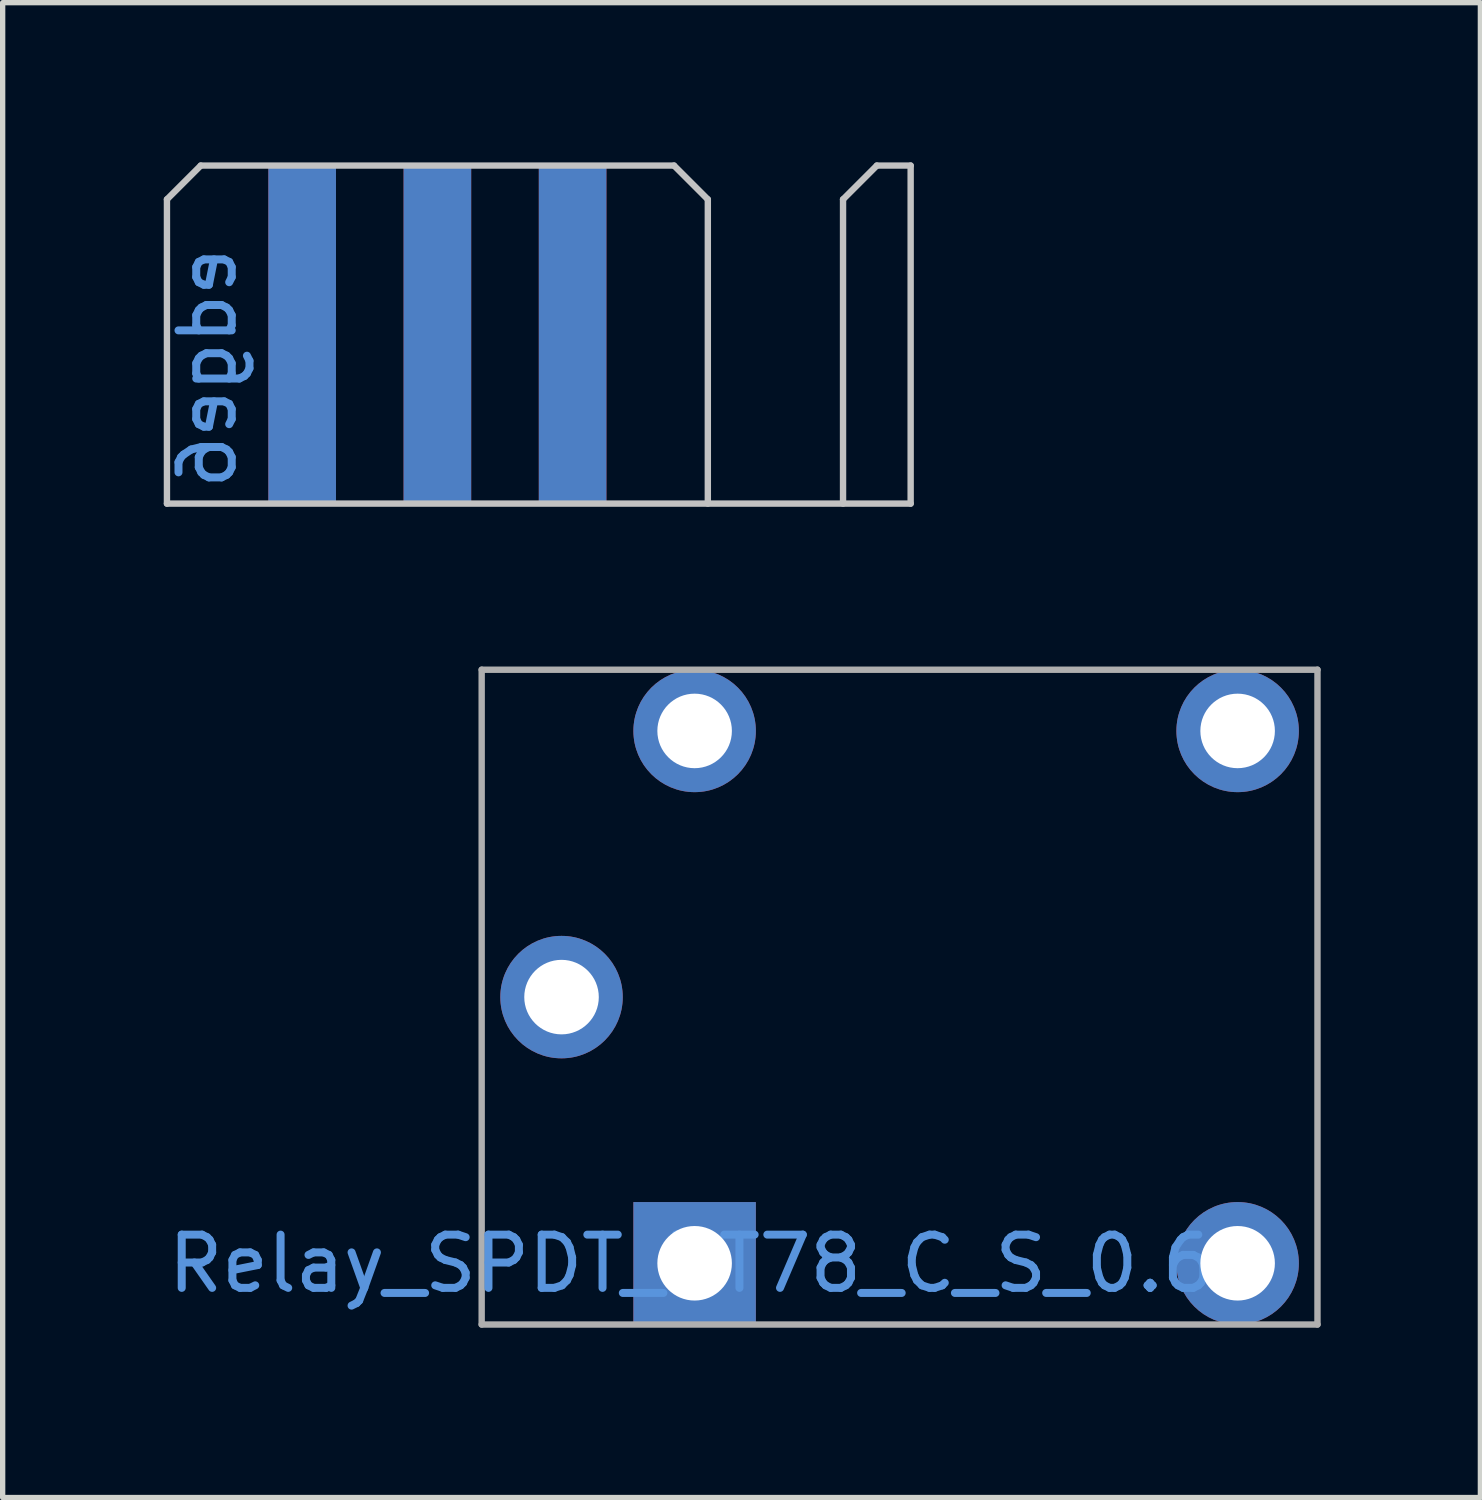
<source format=kicad_pcb>
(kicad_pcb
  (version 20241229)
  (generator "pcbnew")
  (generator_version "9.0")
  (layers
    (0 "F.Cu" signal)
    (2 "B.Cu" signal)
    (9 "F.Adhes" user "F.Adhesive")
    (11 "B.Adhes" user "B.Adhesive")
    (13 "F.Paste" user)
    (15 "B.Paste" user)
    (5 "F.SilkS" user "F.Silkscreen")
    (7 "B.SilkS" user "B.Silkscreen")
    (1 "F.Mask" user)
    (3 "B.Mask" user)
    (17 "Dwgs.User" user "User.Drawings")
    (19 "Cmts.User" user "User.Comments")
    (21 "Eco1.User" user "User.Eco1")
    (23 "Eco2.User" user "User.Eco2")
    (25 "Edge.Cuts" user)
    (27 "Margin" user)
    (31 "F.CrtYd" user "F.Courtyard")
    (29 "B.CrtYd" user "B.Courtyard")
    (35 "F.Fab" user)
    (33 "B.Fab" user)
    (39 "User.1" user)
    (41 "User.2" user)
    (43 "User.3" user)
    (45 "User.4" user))
  (footprint "edge6"
    (layer "F.Cu")
    (at 5.166 3.87)
    (property "Reference" "edge6" (at -4.318 0 90) (layer "Cmts.User") (effects (font (size 1 1) (thickness 0.15)) (justify mirror)))
    (attr smd)
    (fp_line (start -5.08 2.54) (end -5.08 -3.175) (stroke (width 0.12) (type solid)) (layer "Dwgs.User"))
    (fp_line (start -4.445 -3.81) (end -5.08 -3.175) (stroke (width 0.12) (type solid)) (layer "Dwgs.User"))
    (fp_line (start -4.445 -3.81) (end 4.445 -3.81) (stroke (width 0.12) (type solid)) (layer "Dwgs.User"))
    (fp_line (start 5.08 -3.175) (end 4.445 -3.81) (stroke (width 0.12) (type solid)) (layer "Dwgs.User"))
    (fp_line (start 5.08 2.54) (end 5.08 -3.175) (stroke (width 0.12) (type solid)) (layer "Dwgs.User"))
    (fp_line (start 7.62 -3.175) (end 7.62 2.54) (stroke (width 0.12) (type solid)) (layer "Dwgs.User"))
    (fp_line (start 8.255 -3.81) (end 7.62 -3.175) (stroke (width 0.12) (type solid)) (layer "Dwgs.User"))
    (fp_line (start 8.89 -3.81) (end 8.255 -3.81) (stroke (width 0.12) (type solid)) (layer "Dwgs.User"))
    (fp_line (start 8.89 -3.81) (end 8.89 2.54) (stroke (width 0.12) (type solid)) (layer "Dwgs.User"))
    (fp_line (start 8.89 2.54) (end -5.08 2.54) (stroke (width 0.12) (type solid)) (layer "Dwgs.User"))
    (pad "1" smd rect (at -2.54 -0.635 180) (size 1.27 6.35) (layers "F.Cu" "F.Mask" "F.Paste"))
    (pad "2" smd rect (at 0 -0.635 180) (size 1.27 6.35) (layers "F.Cu" "F.Mask" "F.Paste"))
    (pad "3" smd rect (at 2.54 -0.635 180) (size 1.27 6.35) (layers "F.Cu" "F.Mask" "F.Paste"))
    (pad "4" smd rect (at -2.54 -0.635 180) (size 1.27 6.35) (layers "B.Cu" "B.Mask" "B.Paste"))
    (pad "5" smd rect (at 0 -0.635 180) (size 1.27 6.35) (layers "B.Cu" "B.Mask" "B.Paste"))
    (pad "6" smd rect (at 2.54 -0.635 180) (size 1.27 6.35) (layers "B.Cu" "B.Mask" "B.Paste")))
  (footprint "Relay_SPDT_NT78_C_S_0.6"
    (layer "F.Cu")
    (at 5.998 21.83)
    (property "Reference" "Relay_SPDT_NT78_C_S_0.6" (at 3.937 -1.143 180) (layer "Cmts.User") (effects (font (size 1 1) (thickness 0.15))))
    (attr smd)
    (fp_line (start 0 -12.3) (end 15.7 -12.3) (stroke (width 0.12) (type solid)) (layer "F.Fab"))
    (fp_line (start 0 0) (end 0 -12.3) (stroke (width 0.12) (type solid)) (layer "F.Fab"))
    (fp_line (start 15.7 -12.3) (end 15.7 0) (stroke (width 0.12) (type solid)) (layer "F.Fab"))
    (fp_line (start 15.7 0) (end 0 0) (stroke (width 0.12) (type solid)) (layer "F.Fab"))
    (pad "1" thru_hole rect (at 4 -1.15 180) (size 2.3 2.3) (drill 1.4) (layers "*.Cu" "*.Mask"))
    (pad "2" thru_hole circle (at 1.5 -6.15 180) (size 2.3 2.3) (drill 1.4) (layers "*.Cu" "*.Mask"))
    (pad "3" thru_hole circle (at 14.2 -1.15 180) (size 2.3 2.3) (drill 1.4) (layers "*.Cu" "*.Mask"))
    (pad "4" thru_hole circle (at 14.2 -11.15 180) (size 2.3 2.3) (drill 1.4) (layers "*.Cu" "*.Mask"))
    (pad "5" thru_hole circle (at 4 -11.15 180) (size 2.3 2.3) (drill 1.4) (layers "*.Cu" "*.Mask")))
  (gr_rect
    (start -3 -3)
    (end 24.758 25.08)
    (stroke (width 0.1) (type default))
    (fill no)
    (layer "Edge.Cuts")))
</source>
